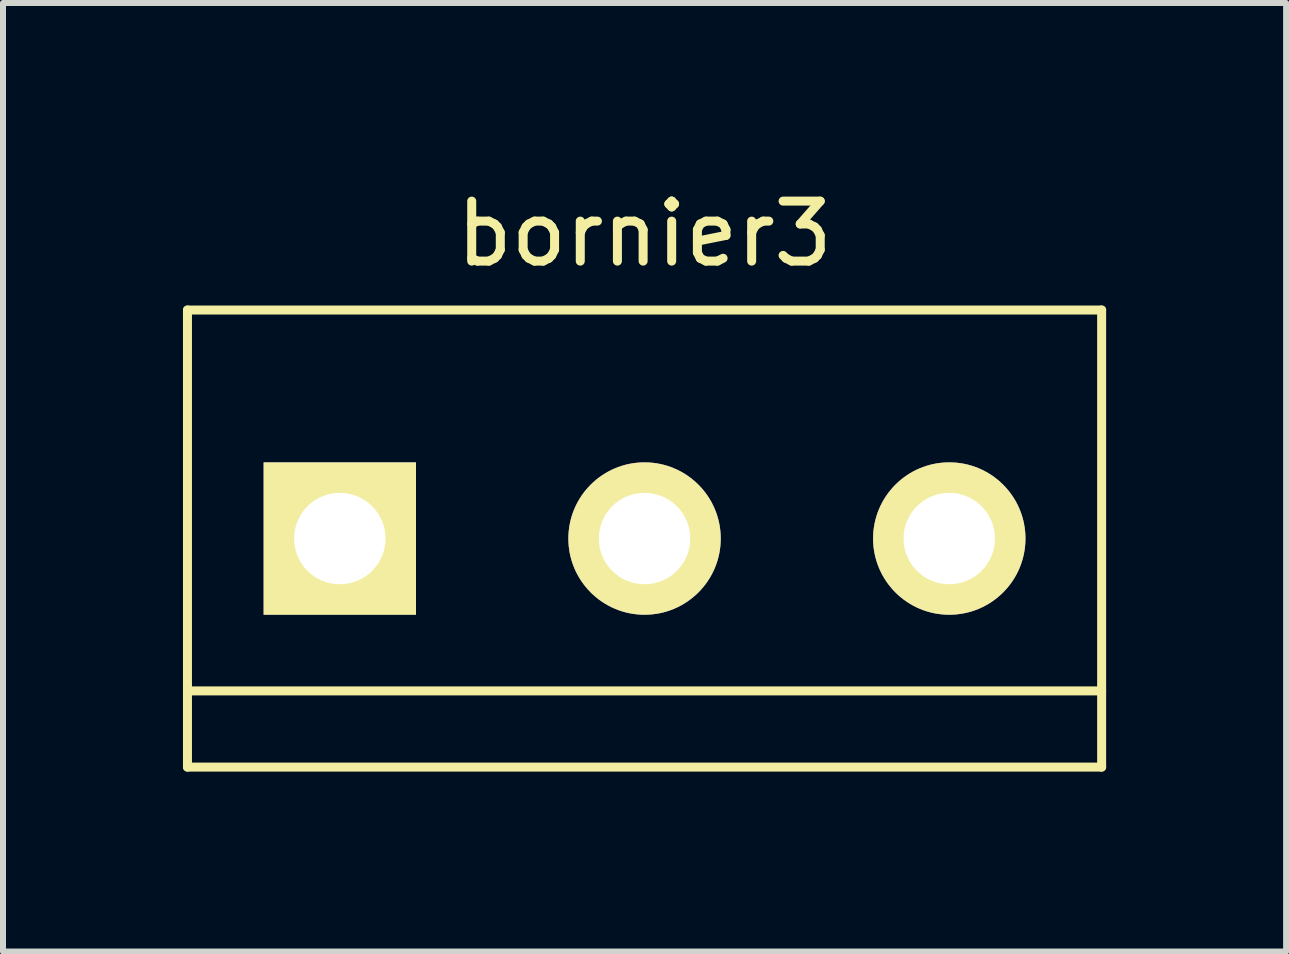
<source format=kicad_pcb>
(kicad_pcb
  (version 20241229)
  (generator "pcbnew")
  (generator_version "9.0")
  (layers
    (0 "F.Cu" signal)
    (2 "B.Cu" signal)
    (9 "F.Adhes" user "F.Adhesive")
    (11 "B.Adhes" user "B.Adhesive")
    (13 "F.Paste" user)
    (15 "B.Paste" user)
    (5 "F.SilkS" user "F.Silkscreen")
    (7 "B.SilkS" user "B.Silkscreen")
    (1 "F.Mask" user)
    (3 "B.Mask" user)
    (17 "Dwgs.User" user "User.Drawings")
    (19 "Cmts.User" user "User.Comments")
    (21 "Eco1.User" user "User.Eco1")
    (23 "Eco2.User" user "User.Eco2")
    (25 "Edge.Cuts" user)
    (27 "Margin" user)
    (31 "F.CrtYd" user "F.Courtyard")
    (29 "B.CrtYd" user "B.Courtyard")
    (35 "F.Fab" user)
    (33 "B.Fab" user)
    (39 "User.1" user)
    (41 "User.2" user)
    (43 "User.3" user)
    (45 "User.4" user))
  (footprint "bornier3"
    (layer "F.Cu")
    (at 7.695 5.928)
    (property "Reference" "bornier3" (at 0 -5.08 0) (layer "F.SilkS") (effects (font (size 1 1) (thickness 0.15))))
    (attr through_hole)
    (fp_line (start -7.62 -3.81) (end 7.62 -3.81) (stroke (width 0.15) (type solid)) (layer "F.SilkS"))
    (fp_line (start -7.62 2.54) (end 7.62 2.54) (stroke (width 0.15) (type solid)) (layer "F.SilkS"))
    (fp_line (start -7.62 3.81) (end -7.62 -3.81) (stroke (width 0.15) (type solid)) (layer "F.SilkS"))
    (fp_line (start -7.62 3.81) (end 7.62 3.81) (stroke (width 0.15) (type solid)) (layer "F.SilkS"))
    (fp_line (start 7.62 3.81) (end 7.62 -3.81) (stroke (width 0.15) (type solid)) (layer "F.SilkS"))
    (pad "1" thru_hole rect (at -5.08 0) (size 2.54 2.54) (drill 1.524) (layers "*.Cu" "*.Mask" "F.SilkS"))
    (pad "2" thru_hole circle (at 0 0) (size 2.54 2.54) (drill 1.524) (layers "*.Cu" "*.Mask" "F.SilkS"))
    (pad "3" thru_hole circle (at 5.08 0) (size 2.54 2.54) (drill 1.524) (layers "*.Cu" "*.Mask" "F.SilkS")))
  (gr_rect
    (start -3 -3)
    (end 18.39 12.813)
    (stroke (width 0.1) (type default))
    (fill no)
    (layer "Edge.Cuts")))
</source>
